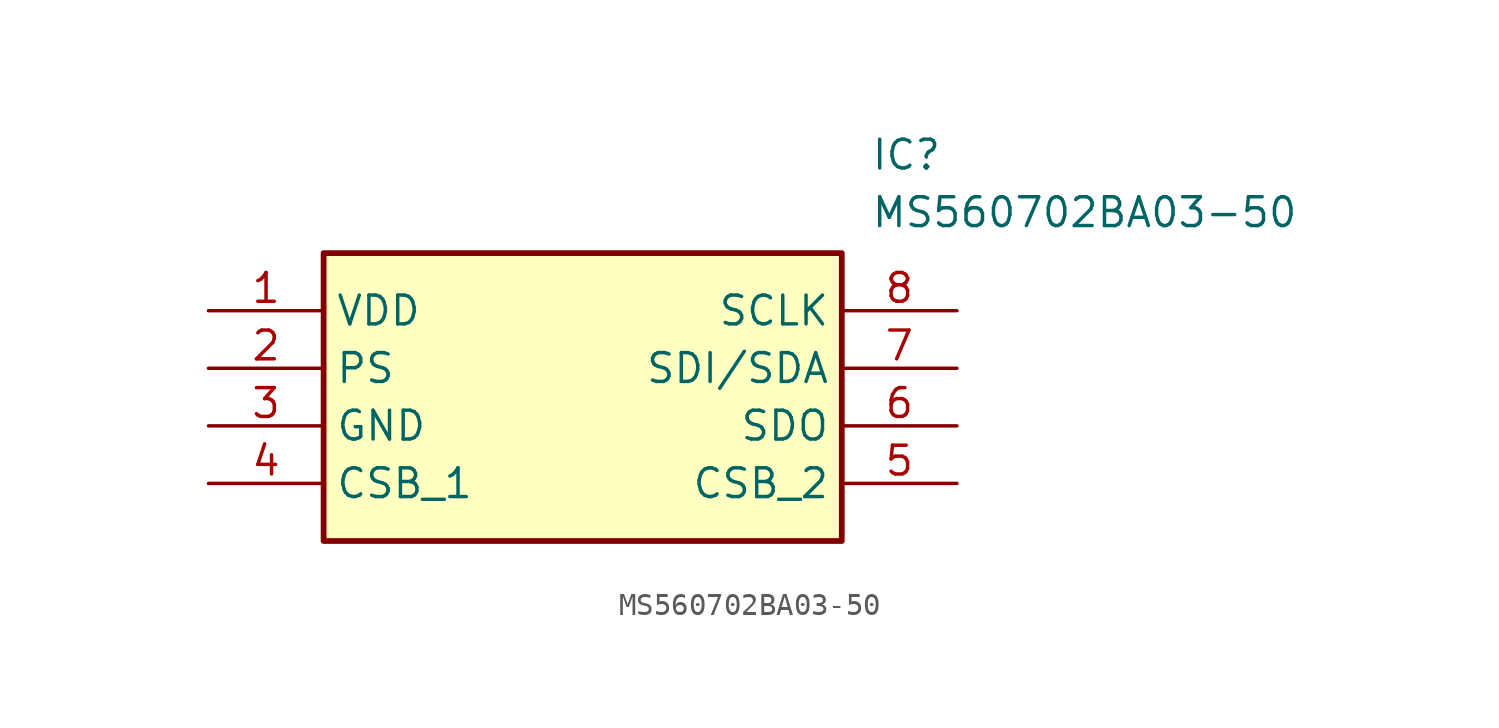
<source format=kicad_sym>
(kicad_symbol_lib
  (version 20211014)
  (generator SamacSys_ECAD_Model)
  (symbol "MS560702BA03-50"
    (property "Reference" "IC"
      (at 29.21 7.62 0)
      (effects (font (size 1.27 1.27)) (justify left top)))
    (property "Value" "MS560702BA03-50"
      (at 29.21 5.08 0)
      (effects (font (size 1.27 1.27)) (justify left top)))
    (rectangle
      (start 5.08 2.54)
      (end 27.94 -10.16)
      (stroke (width 0.254) (type default))
      (fill (type background)))
    (pin power_in line
      (at 0 0 0)
      (length 5.08)
      (name "VDD" (effects (font (size 1.27 1.27))))
      (number "1" (effects (font (size 1.27 1.27)))))
    (pin input line
      (at 0 -2.54 0)
      (length 5.08)
      (name "PS" (effects (font (size 1.27 1.27))))
      (number "2" (effects (font (size 1.27 1.27)))))
    (pin power_in line
      (at 0 -5.08 0)
      (length 5.08)
      (name "GND" (effects (font (size 1.27 1.27))))
      (number "3" (effects (font (size 1.27 1.27)))))
    (pin input line
      (at 0 -7.62 0)
      (length 5.08)
      (name "CSB_1" (effects (font (size 1.27 1.27))))
      (number "4" (effects (font (size 1.27 1.27)))))
    (pin input line
      (at 33.02 -7.62 180)
      (length 5.08)
      (name "CSB_2" (effects (font (size 1.27 1.27))))
      (number "5" (effects (font (size 1.27 1.27)))))
    (pin output line
      (at 33.02 -5.08 180)
      (length 5.08)
      (name "SDO" (effects (font (size 1.27 1.27))))
      (number "6" (effects (font (size 1.27 1.27)))))
    (pin bidirectional line
      (at 33.02 -2.54 180)
      (length 5.08)
      (name "SDI/SDA" (effects (font (size 1.27 1.27))))
      (number "7" (effects (font (size 1.27 1.27)))))
    (pin input line
      (at 33.02 0 180)
      (length 5.08)
      (name "SCLK" (effects (font (size 1.27 1.27))))
      (number "8" (effects (font (size 1.27 1.27)))))))
</source>
